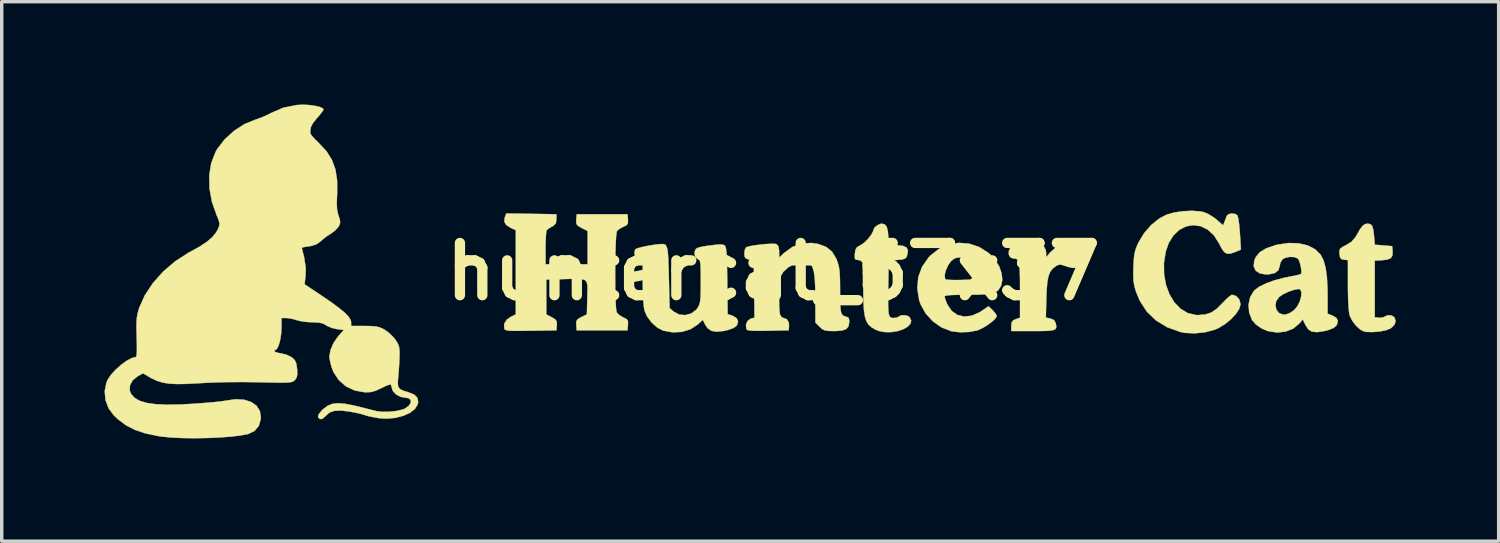
<source format=kicad_pcb>
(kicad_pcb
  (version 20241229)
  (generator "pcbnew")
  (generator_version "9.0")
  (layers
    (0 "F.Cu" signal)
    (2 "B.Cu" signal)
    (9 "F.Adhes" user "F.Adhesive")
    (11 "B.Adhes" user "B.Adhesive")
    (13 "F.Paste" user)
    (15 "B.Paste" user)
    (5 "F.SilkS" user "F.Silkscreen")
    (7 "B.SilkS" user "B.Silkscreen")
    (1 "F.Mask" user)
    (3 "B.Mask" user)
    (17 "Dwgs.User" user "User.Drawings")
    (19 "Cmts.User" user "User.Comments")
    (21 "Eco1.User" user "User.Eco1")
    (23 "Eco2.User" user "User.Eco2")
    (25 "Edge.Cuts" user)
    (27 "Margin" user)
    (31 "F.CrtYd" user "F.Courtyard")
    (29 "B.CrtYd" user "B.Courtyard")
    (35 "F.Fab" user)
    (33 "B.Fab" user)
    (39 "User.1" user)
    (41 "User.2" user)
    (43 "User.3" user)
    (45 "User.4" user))
  (footprint "huntercat_67x37"
    (layer "F.Cu")
    (at 19.513 4.873)
    (property "Reference" "huntercat_67x37" (at 0 0 0) (layer "F.SilkS") (effects (font (size 1.524 1.524) (thickness 0.3))))
    (attr through_hole)
    (fp_poly (pts (xy 17.417 -1.384) (xy 17.469 -1.335) (xy 17.502 -1.233) (xy 17.523 -1.065) (xy 17.526 -1.037) (xy 17.547 -0.783) (xy 17.801 -0.762) (xy 18.055 -0.741) (xy 18.068 -0.589) (xy 18.063 -0.467) (xy 18.013 -0.39) (xy 17.906 -0.348) (xy 17.758 -0.331) (xy 17.547 -0.318) (xy 17.547 1.333) (xy 17.669 1.347) (xy 17.772 1.343) (xy 17.836 1.316) (xy 17.929 1.274) (xy 18.04 1.283) (xy 18.117 1.331) (xy 18.157 1.437) (xy 18.124 1.55) (xy 18.023 1.65) (xy 18 1.664) (xy 17.871 1.713) (xy 17.691 1.748) (xy 17.494 1.765) (xy 17.314 1.762) (xy 17.239 1.75) (xy 17.125 1.693) (xy 17.002 1.581) (xy 16.893 1.44) (xy 16.819 1.294) (xy 16.813 1.276) (xy 16.795 1.169) (xy 16.78 0.993) (xy 16.769 0.761) (xy 16.764 0.49) (xy 16.764 0.389) (xy 16.764 -0.333) (xy 16.648 -0.346) (xy 16.569 -0.367) (xy 16.532 -0.424) (xy 16.518 -0.517) (xy 16.516 -0.61) (xy 16.54 -0.67) (xy 16.61 -0.721) (xy 16.709 -0.771) (xy 16.868 -0.869) (xy 16.981 -1) (xy 17.018 -1.063) (xy 17.114 -1.229) (xy 17.191 -1.332) (xy 17.261 -1.383) (xy 17.337 -1.397) (xy 17.338 -1.397) (xy 17.417 -1.384)) (stroke (width 0.01) (type solid)) (fill yes) (layer "F.SilkS"))
    (fp_poly (pts (xy 7.796 -0.819) (xy 7.889 -0.743) (xy 7.948 -0.626) (xy 7.959 -0.547) (xy 7.959 -0.417) (xy 8.07 -0.549) (xy 8.236 -0.701) (xy 8.429 -0.783) (xy 8.636 -0.804) (xy 8.847 -0.782) (xy 9.01 -0.718) (xy 9.113 -0.621) (xy 9.144 -0.51) (xy 9.118 -0.455) (xy 9.053 -0.364) (xy 8.969 -0.26) (xy 8.886 -0.169) (xy 8.823 -0.114) (xy 8.821 -0.113) (xy 8.739 -0.105) (xy 8.607 -0.134) (xy 8.552 -0.152) (xy 8.427 -0.193) (xy 8.349 -0.204) (xy 8.286 -0.184) (xy 8.238 -0.155) (xy 8.144 -0.08) (xy 8.074 0.014) (xy 8.026 0.139) (xy 7.994 0.311) (xy 7.975 0.542) (xy 7.966 0.767) (xy 7.951 1.343) (xy 8.081 1.368) (xy 8.19 1.416) (xy 8.237 1.501) (xy 8.255 1.587) (xy 8.251 1.648) (xy 8.216 1.69) (xy 8.138 1.716) (xy 8.005 1.73) (xy 7.809 1.735) (xy 7.579 1.736) (xy 6.943 1.736) (xy 6.943 1.585) (xy 6.954 1.478) (xy 7.002 1.42) (xy 7.07 1.391) (xy 7.197 1.346) (xy 7.197 0.533) (xy 7.196 0.233) (xy 7.191 0.006) (xy 7.181 -0.157) (xy 7.163 -0.267) (xy 7.134 -0.333) (xy 7.093 -0.368) (xy 7.037 -0.38) (xy 7.001 -0.381) (xy 6.915 -0.413) (xy 6.871 -0.493) (xy 6.869 -0.591) (xy 6.908 -0.681) (xy 6.988 -0.736) (xy 6.998 -0.739) (xy 7.09 -0.753) (xy 7.231 -0.771) (xy 7.345 -0.784) (xy 7.498 -0.802) (xy 7.629 -0.821) (xy 7.69 -0.832) (xy 7.796 -0.819)) (stroke (width 0.01) (type solid)) (fill yes) (layer "F.SilkS"))
    (fp_poly (pts (xy 3.251 -1.377) (xy 3.308 -1.307) (xy 3.34 -1.176) (xy 3.353 -1.036) (xy 3.365 -0.783) (xy 3.605 -0.771) (xy 3.783 -0.749) (xy 3.887 -0.701) (xy 3.927 -0.62) (xy 3.91 -0.497) (xy 3.883 -0.42) (xy 3.842 -0.377) (xy 3.763 -0.354) (xy 3.624 -0.339) (xy 3.618 -0.339) (xy 3.365 -0.318) (xy 3.353 0.423) (xy 3.349 0.727) (xy 3.349 0.956) (xy 3.354 1.122) (xy 3.367 1.234) (xy 3.389 1.303) (xy 3.422 1.339) (xy 3.468 1.353) (xy 3.512 1.355) (xy 3.609 1.342) (xy 3.662 1.312) (xy 3.726 1.277) (xy 3.829 1.273) (xy 3.929 1.298) (xy 3.979 1.333) (xy 4.023 1.434) (xy 3.996 1.529) (xy 3.911 1.615) (xy 3.781 1.687) (xy 3.619 1.739) (xy 3.439 1.767) (xy 3.254 1.767) (xy 3.077 1.733) (xy 2.976 1.692) (xy 2.862 1.625) (xy 2.775 1.545) (xy 2.712 1.44) (xy 2.669 1.3) (xy 2.642 1.112) (xy 2.629 0.864) (xy 2.625 0.545) (xy 2.625 0.519) (xy 2.623 0.276) (xy 2.619 0.06) (xy 2.613 -0.114) (xy 2.605 -0.231) (xy 2.599 -0.272) (xy 2.541 -0.323) (xy 2.47 -0.339) (xy 2.405 -0.346) (xy 2.378 -0.385) (xy 2.376 -0.477) (xy 2.379 -0.519) (xy 2.396 -0.638) (xy 2.441 -0.709) (xy 2.537 -0.767) (xy 2.55 -0.773) (xy 2.653 -0.843) (xy 2.761 -0.951) (xy 2.854 -1.07) (xy 2.912 -1.177) (xy 2.921 -1.22) (xy 2.956 -1.287) (xy 3.038 -1.353) (xy 3.132 -1.393) (xy 3.163 -1.397) (xy 3.251 -1.377)) (stroke (width 0.01) (type solid)) (fill yes) (layer "F.SilkS"))
    (fp_poly (pts (xy 5.718 -0.813) (xy 6.011 -0.714) (xy 6.283 -0.54) (xy 6.302 -0.524) (xy 6.47 -0.346) (xy 6.59 -0.149) (xy 6.661 0.053) (xy 6.68 0.246) (xy 6.646 0.416) (xy 6.557 0.55) (xy 6.45 0.619) (xy 6.349 0.645) (xy 6.189 0.663) (xy 5.961 0.674) (xy 5.656 0.677) (xy 5.653 0.677) (xy 5.389 0.679) (xy 5.2 0.685) (xy 5.078 0.695) (xy 5.013 0.711) (xy 4.996 0.73) (xy 5.013 0.799) (xy 5.055 0.909) (xy 5.078 0.962) (xy 5.203 1.147) (xy 5.37 1.265) (xy 5.568 1.313) (xy 5.786 1.289) (xy 6.012 1.191) (xy 6.056 1.163) (xy 6.279 1.013) (xy 6.399 1.128) (xy 6.476 1.215) (xy 6.517 1.285) (xy 6.519 1.296) (xy 6.485 1.363) (xy 6.394 1.451) (xy 6.268 1.547) (xy 6.126 1.636) (xy 5.989 1.702) (xy 5.943 1.718) (xy 5.71 1.762) (xy 5.449 1.771) (xy 5.209 1.744) (xy 5.186 1.738) (xy 4.902 1.627) (xy 4.648 1.448) (xy 4.44 1.216) (xy 4.293 0.946) (xy 4.253 0.828) (xy 4.2 0.487) (xy 4.229 0.164) (xy 4.257 0.086) (xy 5.001 0.086) (xy 5.005 0.192) (xy 5.025 0.227) (xy 5.077 0.239) (xy 5.195 0.245) (xy 5.358 0.247) (xy 5.48 0.245) (xy 5.673 0.239) (xy 5.797 0.23) (xy 5.868 0.215) (xy 5.902 0.189) (xy 5.915 0.149) (xy 5.918 0.126) (xy 5.903 -0.029) (xy 5.836 -0.188) (xy 5.735 -0.316) (xy 5.675 -0.359) (xy 5.506 -0.417) (xy 5.347 -0.403) (xy 5.273 -0.374) (xy 5.183 -0.302) (xy 5.1 -0.185) (xy 5.037 -0.048) (xy 5.001 0.086) (xy 4.257 0.086) (xy 4.338 -0.135) (xy 4.526 -0.407) (xy 4.585 -0.47) (xy 4.836 -0.666) (xy 5.117 -0.789) (xy 5.415 -0.838) (xy 5.718 -0.813)) (stroke (width 0.01) (type solid)) (fill yes) (layer "F.SilkS"))
    (fp_poly (pts (xy 12.45 -1.756) (xy 12.555 -1.735) (xy 12.696 -1.675) (xy 12.85 -1.58) (xy 12.933 -1.515) (xy 13.122 -1.348) (xy 13.162 -1.447) (xy 13.203 -1.555) (xy 13.224 -1.619) (xy 13.279 -1.673) (xy 13.376 -1.694) (xy 13.478 -1.679) (xy 13.539 -1.64) (xy 13.559 -1.577) (xy 13.581 -1.45) (xy 13.6 -1.278) (xy 13.613 -1.113) (xy 13.643 -0.641) (xy 13.48 -0.573) (xy 13.337 -0.523) (xy 13.232 -0.522) (xy 13.148 -0.577) (xy 13.067 -0.699) (xy 13.009 -0.813) (xy 12.857 -1.054) (xy 12.673 -1.224) (xy 12.47 -1.323) (xy 12.257 -1.355) (xy 12.045 -1.319) (xy 11.847 -1.218) (xy 11.672 -1.053) (xy 11.533 -0.827) (xy 11.45 -0.587) (xy 11.396 -0.249) (xy 11.4 0.078) (xy 11.455 0.385) (xy 11.556 0.662) (xy 11.699 0.898) (xy 11.879 1.085) (xy 12.09 1.211) (xy 12.328 1.268) (xy 12.385 1.27) (xy 12.6 1.253) (xy 12.776 1.196) (xy 12.938 1.085) (xy 13.093 0.93) (xy 13.208 0.812) (xy 13.307 0.723) (xy 13.373 0.679) (xy 13.383 0.677) (xy 13.505 0.715) (xy 13.595 0.814) (xy 13.631 0.948) (xy 13.631 0.954) (xy 13.595 1.084) (xy 13.498 1.234) (xy 13.355 1.388) (xy 13.181 1.531) (xy 12.993 1.646) (xy 12.89 1.692) (xy 12.603 1.77) (xy 12.295 1.803) (xy 12.001 1.788) (xy 11.874 1.763) (xy 11.488 1.623) (xy 11.162 1.424) (xy 10.895 1.166) (xy 10.69 0.849) (xy 10.583 0.592) (xy 10.539 0.445) (xy 10.513 0.307) (xy 10.502 0.149) (xy 10.504 -0.056) (xy 10.506 -0.127) (xy 10.516 -0.342) (xy 10.533 -0.499) (xy 10.563 -0.627) (xy 10.61 -0.753) (xy 10.653 -0.847) (xy 10.815 -1.116) (xy 11.023 -1.356) (xy 11.259 -1.547) (xy 11.471 -1.659) (xy 11.691 -1.722) (xy 11.949 -1.76) (xy 12.213 -1.773) (xy 12.45 -1.756)) (stroke (width 0.01) (type solid)) (fill yes) (layer "F.SilkS"))
    (fp_poly (pts (xy -3.191 -0.799) (xy -3.147 -0.779) (xy -3.115 -0.733) (xy -3.092 -0.652) (xy -3.075 -0.526) (xy -3.064 -0.343) (xy -3.055 -0.095) (xy -3.048 0.171) (xy -3.027 1.066) (xy -2.908 1.168) (xy -2.749 1.254) (xy -2.57 1.271) (xy -2.396 1.223) (xy -2.25 1.114) (xy -2.202 1.049) (xy -2.168 0.985) (xy -2.144 0.91) (xy -2.129 0.809) (xy -2.121 0.666) (xy -2.117 0.466) (xy -2.117 0.289) (xy -2.118 0.046) (xy -2.121 -0.125) (xy -2.129 -0.237) (xy -2.142 -0.305) (xy -2.163 -0.341) (xy -2.194 -0.357) (xy -2.197 -0.358) (xy -2.278 -0.423) (xy -2.302 -0.534) (xy -2.283 -0.619) (xy -2.255 -0.663) (xy -2.197 -0.696) (xy -2.093 -0.724) (xy -1.926 -0.751) (xy -1.865 -0.759) (xy -1.667 -0.783) (xy -1.537 -0.791) (xy -1.457 -0.781) (xy -1.417 -0.761) (xy -1.397 -0.73) (xy -1.381 -0.666) (xy -1.369 -0.561) (xy -1.359 -0.405) (xy -1.352 -0.189) (xy -1.347 0.098) (xy -1.345 0.265) (xy -1.333 1.241) (xy -1.189 1.29) (xy -1.072 1.359) (xy -1.028 1.456) (xy -1.061 1.563) (xy -1.094 1.602) (xy -1.176 1.652) (xy -1.31 1.7) (xy -1.433 1.731) (xy -1.648 1.756) (xy -1.806 1.73) (xy -1.922 1.648) (xy -1.992 1.54) (xy -2.058 1.408) (xy -2.21 1.548) (xy -2.418 1.683) (xy -2.668 1.76) (xy -2.942 1.774) (xy -3.217 1.722) (xy -3.39 1.631) (xy -3.555 1.483) (xy -3.687 1.304) (xy -3.761 1.132) (xy -3.779 1.018) (xy -3.794 0.841) (xy -3.805 0.623) (xy -3.81 0.385) (xy -3.81 0.319) (xy -3.81 -0.298) (xy -3.917 -0.347) (xy -4.008 -0.421) (xy -4.053 -0.523) (xy -4.042 -0.621) (xy -4.017 -0.655) (xy -3.954 -0.682) (xy -3.832 -0.715) (xy -3.676 -0.748) (xy -3.509 -0.777) (xy -3.356 -0.797) (xy -3.247 -0.804) (xy -3.191 -0.799)) (stroke (width 0.01) (type solid)) (fill yes) (layer "F.SilkS"))
    (fp_poly (pts (xy -7.06 -1.684) (xy -6.329 -1.672) (xy -6.329 -1.526) (xy -6.344 -1.413) (xy -6.406 -1.343) (xy -6.456 -1.314) (xy -6.552 -1.257) (xy -6.612 -1.208) (xy -6.614 -1.206) (xy -6.626 -1.149) (xy -6.637 -1.026) (xy -6.644 -0.857) (xy -6.646 -0.688) (xy -6.646 -0.212) (xy -5.419 -0.212) (xy -5.419 -1.184) (xy -5.59 -1.271) (xy -5.696 -1.332) (xy -5.744 -1.388) (xy -5.752 -1.471) (xy -5.749 -1.516) (xy -5.736 -1.672) (xy -4.255 -1.672) (xy -4.242 -1.519) (xy -4.242 -1.413) (xy -4.281 -1.354) (xy -4.369 -1.31) (xy -4.479 -1.253) (xy -4.557 -1.191) (xy -4.56 -1.187) (xy -4.576 -1.126) (xy -4.589 -0.994) (xy -4.599 -0.804) (xy -4.607 -0.572) (xy -4.613 -0.31) (xy -4.615 -0.032) (xy -4.615 0.247) (xy -4.612 0.514) (xy -4.606 0.755) (xy -4.597 0.957) (xy -4.586 1.105) (xy -4.571 1.186) (xy -4.569 1.192) (xy -4.5 1.265) (xy -4.391 1.332) (xy -4.376 1.339) (xy -4.279 1.388) (xy -4.241 1.447) (xy -4.241 1.553) (xy -4.241 1.557) (xy -4.255 1.714) (xy -5.736 1.714) (xy -5.749 1.56) (xy -5.75 1.458) (xy -5.716 1.396) (xy -5.628 1.341) (xy -5.601 1.327) (xy -5.44 1.249) (xy -5.428 0.753) (xy -5.422 0.55) (xy -5.424 0.404) (xy -5.446 0.306) (xy -5.499 0.247) (xy -5.595 0.218) (xy -5.745 0.211) (xy -5.962 0.215) (xy -6.119 0.22) (xy -6.625 0.233) (xy -6.625 1.249) (xy -6.465 1.333) (xy -6.363 1.395) (xy -6.32 1.457) (xy -6.315 1.549) (xy -6.317 1.566) (xy -6.329 1.714) (xy -7.077 1.726) (xy -7.346 1.73) (xy -7.542 1.73) (xy -7.678 1.727) (xy -7.765 1.718) (xy -7.815 1.703) (xy -7.84 1.681) (xy -7.851 1.658) (xy -7.853 1.524) (xy -7.778 1.403) (xy -7.661 1.322) (xy -7.514 1.249) (xy -7.514 -1.206) (xy -7.657 -1.273) (xy -7.792 -1.358) (xy -7.85 -1.455) (xy -7.836 -1.575) (xy -7.833 -1.585) (xy -7.791 -1.695) (xy -7.06 -1.684)) (stroke (width 0.01) (type solid)) (fill yes) (layer "F.SilkS"))
    (fp_poly (pts (xy 1.311 -0.805) (xy 1.539 -0.72) (xy 1.708 -0.585) (xy 1.831 -0.385) (xy 1.86 -0.314) (xy 1.895 -0.209) (xy 1.919 -0.099) (xy 1.935 0.034) (xy 1.944 0.207) (xy 1.947 0.44) (xy 1.947 0.568) (xy 1.949 0.83) (xy 1.954 1.02) (xy 1.968 1.15) (xy 1.992 1.233) (xy 2.03 1.281) (xy 2.086 1.308) (xy 2.138 1.32) (xy 2.197 1.351) (xy 2.216 1.428) (xy 2.215 1.481) (xy 2.192 1.6) (xy 2.129 1.677) (xy 2.011 1.719) (xy 1.827 1.735) (xy 1.767 1.736) (xy 1.607 1.732) (xy 1.503 1.716) (xy 1.428 1.68) (xy 1.354 1.615) (xy 1.351 1.612) (xy 1.228 1.488) (xy 1.227 0.818) (xy 1.223 0.472) (xy 1.209 0.202) (xy 1.182 0.000154) (xy 1.138 -0.141) (xy 1.075 -0.231) (xy 0.989 -0.277) (xy 0.879 -0.286) (xy 0.809 -0.279) (xy 0.613 -0.223) (xy 0.431 -0.12) (xy 0.288 0.013) (xy 0.226 0.115) (xy 0.203 0.214) (xy 0.186 0.374) (xy 0.174 0.571) (xy 0.169 0.782) (xy 0.17 0.984) (xy 0.18 1.152) (xy 0.196 1.259) (xy 0.244 1.334) (xy 0.296 1.355) (xy 0.395 1.391) (xy 0.452 1.488) (xy 0.458 1.596) (xy 0.445 1.714) (xy -0.16 1.726) (xy -0.402 1.73) (xy -0.573 1.728) (xy -0.685 1.721) (xy -0.751 1.707) (xy -0.782 1.685) (xy -0.789 1.673) (xy -0.799 1.552) (xy -0.753 1.441) (xy -0.663 1.374) (xy -0.655 1.372) (xy -0.549 1.345) (xy -0.56 0.516) (xy -0.572 -0.312) (xy -0.709 -0.348) (xy -0.804 -0.383) (xy -0.841 -0.444) (xy -0.847 -0.528) (xy -0.832 -0.636) (xy -0.798 -0.704) (xy -0.794 -0.707) (xy -0.716 -0.734) (xy -0.58 -0.76) (xy -0.412 -0.783) (xy -0.236 -0.801) (xy -0.075 -0.81) (xy 0.045 -0.809) (xy 0.095 -0.798) (xy 0.149 -0.734) (xy 0.169 -0.608) (xy 0.169 -0.583) (xy 0.169 -0.407) (xy 0.307 -0.537) (xy 0.553 -0.717) (xy 0.824 -0.817) (xy 1.117 -0.835) (xy 1.311 -0.805)) (stroke (width 0.01) (type solid)) (fill yes) (layer "F.SilkS"))
    (fp_poly (pts (xy 15.328 -0.824) (xy 15.591 -0.762) (xy 15.808 -0.65) (xy 15.967 -0.492) (xy 15.975 -0.48) (xy 16.055 -0.32) (xy 16.112 -0.116) (xy 16.15 0.145) (xy 16.168 0.472) (xy 16.171 0.706) (xy 16.171 1.227) (xy 16.32 1.288) (xy 16.426 1.35) (xy 16.466 1.425) (xy 16.468 1.452) (xy 16.44 1.56) (xy 16.351 1.643) (xy 16.192 1.707) (xy 16.057 1.74) (xy 15.855 1.768) (xy 15.71 1.751) (xy 15.606 1.683) (xy 15.524 1.558) (xy 15.52 1.549) (xy 15.447 1.396) (xy 15.344 1.518) (xy 15.17 1.663) (xy 14.948 1.751) (xy 14.699 1.778) (xy 14.441 1.74) (xy 14.426 1.736) (xy 14.239 1.655) (xy 14.075 1.539) (xy 13.965 1.411) (xy 13.882 1.194) (xy 13.867 0.996) (xy 14.649 0.996) (xy 14.68 1.119) (xy 14.758 1.212) (xy 14.875 1.257) (xy 14.957 1.252) (xy 15.078 1.204) (xy 15.197 1.123) (xy 15.207 1.113) (xy 15.294 1.003) (xy 15.359 0.87) (xy 15.398 0.735) (xy 15.408 0.616) (xy 15.384 0.534) (xy 15.332 0.508) (xy 15.198 0.53) (xy 15.032 0.587) (xy 14.872 0.662) (xy 14.756 0.742) (xy 14.671 0.863) (xy 14.649 0.996) (xy 13.867 0.996) (xy 13.865 0.965) (xy 13.912 0.747) (xy 14.022 0.563) (xy 14.037 0.547) (xy 14.171 0.446) (xy 14.372 0.346) (xy 14.619 0.256) (xy 14.895 0.183) (xy 15.043 0.153) (xy 15.201 0.123) (xy 15.324 0.095) (xy 15.39 0.074) (xy 15.394 0.071) (xy 15.408 0.01) (xy 15.398 -0.098) (xy 15.372 -0.222) (xy 15.336 -0.328) (xy 15.303 -0.382) (xy 15.199 -0.423) (xy 15.06 -0.428) (xy 14.926 -0.398) (xy 14.856 -0.358) (xy 14.794 -0.26) (xy 14.774 -0.165) (xy 14.737 -0.04) (xy 14.63 0.043) (xy 14.456 0.082) (xy 14.384 0.085) (xy 14.196 0.055) (xy 14.071 -0.027) (xy 14.015 -0.155) (xy 14.032 -0.318) (xy 14.075 -0.421) (xy 14.19 -0.562) (xy 14.38 -0.678) (xy 14.646 -0.769) (xy 14.714 -0.786) (xy 15.031 -0.833) (xy 15.328 -0.824)) (stroke (width 0.01) (type solid)) (fill yes) (layer "F.SilkS"))
    (fp_poly (pts (xy -13.538 -4.859) (xy -13.367 -4.835) (xy -13.229 -4.801) (xy -13.143 -4.76) (xy -13.123 -4.73) (xy -13.15 -4.681) (xy -13.219 -4.589) (xy -13.314 -4.478) (xy -13.434 -4.33) (xy -13.496 -4.207) (xy -13.512 -4.085) (xy -13.506 -4.027) (xy -13.473 -3.972) (xy -13.392 -3.88) (xy -13.28 -3.768) (xy -13.256 -3.745) (xy -13.035 -3.508) (xy -12.877 -3.256) (xy -12.776 -2.976) (xy -12.727 -2.653) (xy -12.726 -2.272) (xy -12.73 -2.209) (xy -12.738 -1.984) (xy -12.729 -1.814) (xy -12.699 -1.671) (xy -12.685 -1.63) (xy -12.647 -1.505) (xy -12.639 -1.424) (xy -12.662 -1.354) (xy -12.686 -1.311) (xy -12.769 -1.214) (xy -12.887 -1.121) (xy -12.917 -1.103) (xy -13.055 -1.012) (xy -13.184 -0.906) (xy -13.201 -0.889) (xy -13.328 -0.796) (xy -13.491 -0.745) (xy -13.541 -0.738) (xy -13.663 -0.719) (xy -13.742 -0.703) (xy -13.758 -0.696) (xy -13.749 -0.652) (xy -13.723 -0.549) (xy -13.69 -0.417) (xy -13.642 -0.104) (xy -13.648 0.111) (xy -13.675 0.372) (xy -13.198 0.69) (xy -12.896 0.897) (xy -12.663 1.069) (xy -12.494 1.21) (xy -12.385 1.326) (xy -12.329 1.421) (xy -12.319 1.475) (xy -12.319 1.587) (xy -11.927 1.587) (xy -11.729 1.591) (xy -11.589 1.603) (xy -11.482 1.629) (xy -11.381 1.675) (xy -11.347 1.693) (xy -11.206 1.796) (xy -11.072 1.929) (xy -11.03 1.983) (xy -10.958 2.095) (xy -10.92 2.196) (xy -10.906 2.32) (xy -10.906 2.448) (xy -10.913 2.644) (xy -10.927 2.87) (xy -10.942 3.049) (xy -10.957 3.23) (xy -10.948 3.347) (xy -10.903 3.421) (xy -10.81 3.471) (xy -10.656 3.518) (xy -10.652 3.52) (xy -10.479 3.589) (xy -10.384 3.683) (xy -10.363 3.806) (xy -10.376 3.873) (xy -10.456 4.007) (xy -10.603 4.122) (xy -10.802 4.211) (xy -11.036 4.27) (xy -11.29 4.291) (xy -11.506 4.277) (xy -11.675 4.248) (xy -11.827 4.215) (xy -11.922 4.186) (xy -12.023 4.156) (xy -12.177 4.12) (xy -12.352 4.087) (xy -12.373 4.083) (xy -12.622 4.054) (xy -12.809 4.063) (xy -12.95 4.114) (xy -13.06 4.21) (xy -13.066 4.218) (xy -13.156 4.297) (xy -13.225 4.304) (xy -13.285 4.253) (xy -13.271 4.173) (xy -13.181 4.06) (xy -13.123 4.005) (xy -13 3.914) (xy -12.863 3.859) (xy -12.7 3.841) (xy -12.494 3.858) (xy -12.232 3.909) (xy -12.086 3.944) (xy -11.901 3.991) (xy -11.725 4.035) (xy -11.592 4.068) (xy -11.578 4.072) (xy -11.413 4.093) (xy -11.21 4.091) (xy -11.004 4.068) (xy -10.827 4.029) (xy -10.748 3.998) (xy -10.634 3.915) (xy -10.578 3.825) (xy -10.581 3.746) (xy -10.645 3.694) (xy -10.72 3.683) (xy -10.87 3.656) (xy -11.005 3.586) (xy -11.097 3.49) (xy -11.117 3.442) (xy -11.143 3.347) (xy -11.161 3.295) (xy -11.203 3.298) (xy -11.3 3.335) (xy -11.429 3.396) (xy -11.434 3.399) (xy -11.602 3.477) (xy -11.74 3.515) (xy -11.887 3.523) (xy -11.922 3.522) (xy -12.211 3.471) (xy -12.467 3.35) (xy -12.678 3.167) (xy -12.833 2.933) (xy -12.888 2.789) (xy -12.926 2.648) (xy -12.949 2.53) (xy -12.954 2.484) (xy -12.92 2.288) (xy -12.829 2.078) (xy -12.694 1.887) (xy -12.533 1.704) (xy -12.739 1.677) (xy -12.886 1.643) (xy -13.015 1.589) (xy -13.051 1.565) (xy -13.139 1.516) (xy -13.258 1.489) (xy -13.434 1.48) (xy -13.448 1.48) (xy -13.627 1.47) (xy -13.799 1.445) (xy -13.906 1.417) (xy -14.051 1.377) (xy -14.192 1.356) (xy -14.213 1.355) (xy -14.351 1.355) (xy -14.351 1.65) (xy -14.362 1.828) (xy -14.39 2.001) (xy -14.431 2.148) (xy -14.478 2.25) (xy -14.525 2.286) (xy -14.562 2.317) (xy -14.563 2.323) (xy -14.525 2.349) (xy -14.429 2.376) (xy -14.362 2.387) (xy -14.203 2.427) (xy -14.064 2.493) (xy -14.038 2.512) (xy -13.962 2.587) (xy -13.92 2.677) (xy -13.898 2.815) (xy -13.895 2.845) (xy -13.889 2.992) (xy -13.905 3.085) (xy -13.948 3.153) (xy -13.962 3.167) (xy -13.993 3.194) (xy -14.031 3.215) (xy -14.086 3.229) (xy -14.171 3.238) (xy -14.297 3.241) (xy -14.474 3.241) (xy -14.713 3.236) (xy -15.014 3.229) (xy -15.485 3.223) (xy -15.96 3.226) (xy -16.408 3.239) (xy -16.748 3.257) (xy -17.102 3.277) (xy -17.387 3.282) (xy -17.617 3.271) (xy -17.809 3.241) (xy -17.977 3.19) (xy -18.135 3.117) (xy -18.216 3.071) (xy -18.39 2.968) (xy -18.551 3.058) (xy -18.69 3.172) (xy -18.769 3.313) (xy -18.781 3.462) (xy -18.738 3.574) (xy -18.635 3.686) (xy -18.485 3.772) (xy -18.282 3.833) (xy -18.019 3.87) (xy -17.691 3.885) (xy -17.291 3.878) (xy -16.945 3.859) (xy -16.682 3.84) (xy -16.436 3.82) (xy -16.225 3.8) (xy -16.066 3.781) (xy -15.981 3.767) (xy -15.695 3.726) (xy -15.444 3.739) (xy -15.236 3.804) (xy -15.078 3.914) (xy -14.981 4.067) (xy -14.951 4.257) (xy -14.955 4.303) (xy -15.013 4.504) (xy -15.136 4.65) (xy -15.317 4.738) (xy -15.322 4.739) (xy -15.543 4.782) (xy -15.83 4.816) (xy -16.162 4.841) (xy -16.522 4.856) (xy -16.89 4.862) (xy -17.247 4.857) (xy -17.574 4.841) (xy -17.853 4.814) (xy -17.938 4.801) (xy -18.313 4.723) (xy -18.623 4.62) (xy -18.886 4.486) (xy -19.121 4.31) (xy -19.235 4.204) (xy -19.394 3.991) (xy -19.486 3.746) (xy -19.508 3.49) (xy -19.458 3.24) (xy -19.416 3.146) (xy -19.319 3.004) (xy -19.182 2.856) (xy -19.023 2.716) (xy -18.861 2.599) (xy -18.715 2.522) (xy -18.615 2.498) (xy -18.592 2.483) (xy -18.577 2.43) (xy -18.57 2.328) (xy -18.569 2.166) (xy -18.575 1.931) (xy -18.575 1.916) (xy -18.581 1.67) (xy -18.581 1.489) (xy -18.571 1.35) (xy -18.552 1.233) (xy -18.52 1.116) (xy -18.501 1.058) (xy -18.337 0.691) (xy -18.1 0.334) (xy -17.802 0.000214) (xy -17.455 -0.297) (xy -17.07 -0.546) (xy -17.018 -0.573) (xy -16.735 -0.731) (xy -16.522 -0.872) (xy -16.365 -1.007) (xy -16.255 -1.145) (xy -16.194 -1.259) (xy -16.164 -1.342) (xy -16.16 -1.415) (xy -16.186 -1.509) (xy -16.241 -1.64) (xy -16.379 -2.031) (xy -16.451 -2.425) (xy -16.458 -2.808) (xy -16.399 -3.167) (xy -16.274 -3.489) (xy -16.226 -3.573) (xy -16.01 -3.855) (xy -15.737 -4.104) (xy -15.43 -4.302) (xy -15.115 -4.431) (xy -14.936 -4.494) (xy -14.746 -4.578) (xy -14.659 -4.624) (xy -14.293 -4.782) (xy -13.903 -4.859) (xy -13.721 -4.868) (xy -13.538 -4.859)) (stroke (width 0.01) (type solid)) (fill yes) (layer "F.SilkS")))
  (gr_rect
    (start -3 -3)
    (end 40.675 12.74)
    (stroke (width 0.1) (type default))
    (fill no)
    (layer "Edge.Cuts")))
</source>
